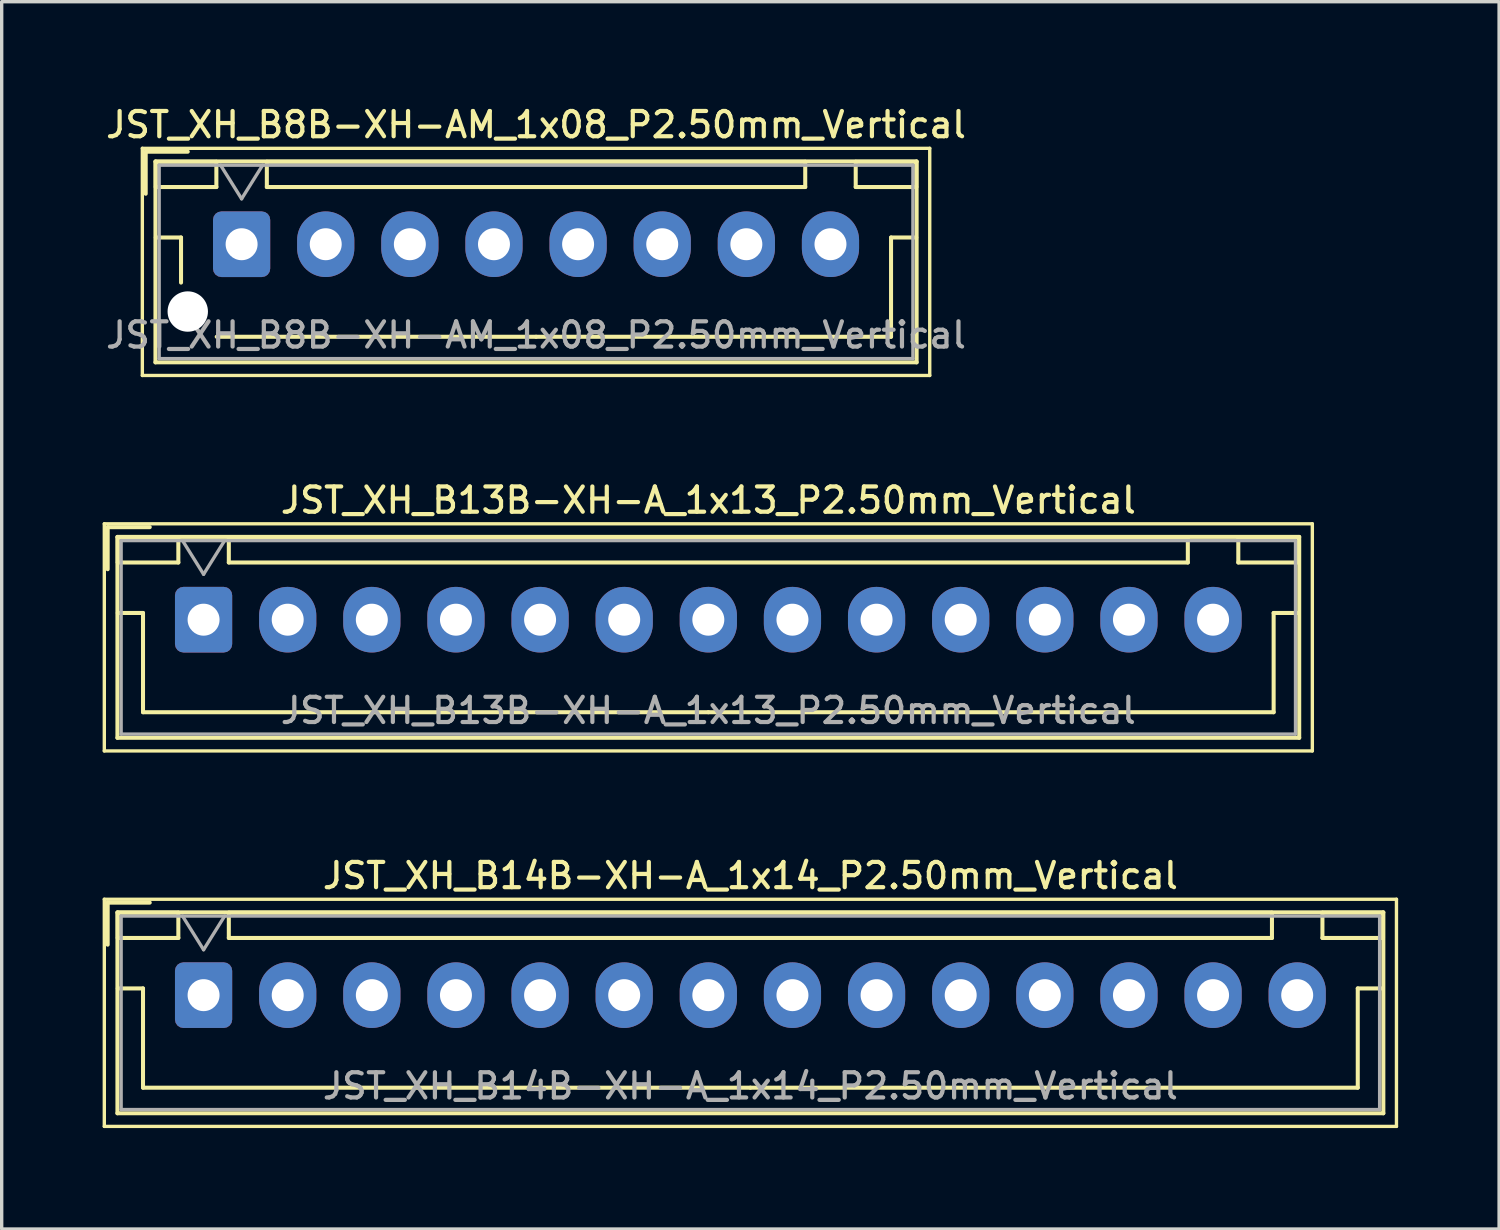
<source format=kicad_pcb>
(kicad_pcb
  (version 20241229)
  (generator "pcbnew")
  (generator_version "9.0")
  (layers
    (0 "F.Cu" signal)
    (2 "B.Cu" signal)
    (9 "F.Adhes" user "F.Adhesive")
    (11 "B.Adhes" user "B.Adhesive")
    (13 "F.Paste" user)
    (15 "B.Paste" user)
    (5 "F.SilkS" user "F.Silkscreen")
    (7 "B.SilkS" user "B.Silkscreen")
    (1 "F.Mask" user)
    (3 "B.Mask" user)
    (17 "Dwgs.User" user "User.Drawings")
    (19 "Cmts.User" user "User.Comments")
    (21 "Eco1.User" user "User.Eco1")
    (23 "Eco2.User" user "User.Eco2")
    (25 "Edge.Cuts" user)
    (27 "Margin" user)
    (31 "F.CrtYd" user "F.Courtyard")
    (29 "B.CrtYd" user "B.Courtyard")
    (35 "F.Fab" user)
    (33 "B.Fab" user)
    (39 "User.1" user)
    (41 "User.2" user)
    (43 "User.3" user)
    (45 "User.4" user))
  (footprint "JST_XH_B13B-XH-A_1x13_P2.50mm_Vertical"
    (layer "F.Cu")
    (at 3 15.366)
    (property "Reference" "JST_XH_B13B-XH-A_1x13_P2.50mm_Vertical" (at 15 -3.55 0) (layer "F.SilkS") (effects (font (size 0.75 0.75) (thickness 0.125))))
    (attr through_hole)
    (fp_line (start -2.95 -2.85) (end -2.95 3.9) (stroke (width 0.1) (type solid)) (layer "F.SilkS"))
    (fp_line (start -2.95 3.9) (end 32.95 3.9) (stroke (width 0.1) (type solid)) (layer "F.SilkS"))
    (fp_line (start -2.85 -2.75) (end -2.85 -1.5) (stroke (width 0.12) (type solid)) (layer "F.SilkS"))
    (fp_line (start -2.56 -2.46) (end -2.56 3.51) (stroke (width 0.12) (type solid)) (layer "F.SilkS"))
    (fp_line (start -2.56 3.51) (end 32.56 3.51) (stroke (width 0.12) (type solid)) (layer "F.SilkS"))
    (fp_line (start -2.55 -2.45) (end -2.55 -1.7) (stroke (width 0.12) (type solid)) (layer "F.SilkS"))
    (fp_line (start -2.55 -1.7) (end -0.75 -1.7) (stroke (width 0.12) (type solid)) (layer "F.SilkS"))
    (fp_line (start -2.55 -0.2) (end -1.8 -0.2) (stroke (width 0.12) (type solid)) (layer "F.SilkS"))
    (fp_line (start -1.8 -0.2) (end -1.8 2.75) (stroke (width 0.12) (type solid)) (layer "F.SilkS"))
    (fp_line (start -1.8 2.75) (end 15 2.75) (stroke (width 0.12) (type solid)) (layer "F.SilkS"))
    (fp_line (start -1.6 -2.75) (end -2.85 -2.75) (stroke (width 0.12) (type solid)) (layer "F.SilkS"))
    (fp_line (start -0.75 -2.45) (end -2.55 -2.45) (stroke (width 0.12) (type solid)) (layer "F.SilkS"))
    (fp_line (start -0.75 -1.7) (end -0.75 -2.45) (stroke (width 0.12) (type solid)) (layer "F.SilkS"))
    (fp_line (start 0.75 -2.45) (end 0.75 -1.7) (stroke (width 0.12) (type solid)) (layer "F.SilkS"))
    (fp_line (start 0.75 -1.7) (end 29.25 -1.7) (stroke (width 0.12) (type solid)) (layer "F.SilkS"))
    (fp_line (start 29.25 -2.45) (end 0.75 -2.45) (stroke (width 0.12) (type solid)) (layer "F.SilkS"))
    (fp_line (start 29.25 -1.7) (end 29.25 -2.45) (stroke (width 0.12) (type solid)) (layer "F.SilkS"))
    (fp_line (start 30.75 -2.45) (end 30.75 -1.7) (stroke (width 0.12) (type solid)) (layer "F.SilkS"))
    (fp_line (start 30.75 -1.7) (end 32.55 -1.7) (stroke (width 0.12) (type solid)) (layer "F.SilkS"))
    (fp_line (start 31.8 -0.2) (end 31.8 2.75) (stroke (width 0.12) (type solid)) (layer "F.SilkS"))
    (fp_line (start 31.8 2.75) (end 15 2.75) (stroke (width 0.12) (type solid)) (layer "F.SilkS"))
    (fp_line (start 32.55 -2.45) (end 30.75 -2.45) (stroke (width 0.12) (type solid)) (layer "F.SilkS"))
    (fp_line (start 32.55 -1.7) (end 32.55 -2.45) (stroke (width 0.12) (type solid)) (layer "F.SilkS"))
    (fp_line (start 32.55 -0.2) (end 31.8 -0.2) (stroke (width 0.12) (type solid)) (layer "F.SilkS"))
    (fp_line (start 32.56 -2.46) (end -2.56 -2.46) (stroke (width 0.12) (type solid)) (layer "F.SilkS"))
    (fp_line (start 32.56 3.51) (end 32.56 -2.46) (stroke (width 0.12) (type solid)) (layer "F.SilkS"))
    (fp_line (start 32.95 -2.85) (end -2.95 -2.85) (stroke (width 0.1) (type solid)) (layer "F.SilkS"))
    (fp_line (start 32.95 3.9) (end 32.95 -2.85) (stroke (width 0.1) (type solid)) (layer "F.SilkS"))
    (fp_line (start -2.45 -2.35) (end -2.45 3.4) (stroke (width 0.1) (type solid)) (layer "F.Fab"))
    (fp_line (start -2.45 3.4) (end 32.45 3.4) (stroke (width 0.1) (type solid)) (layer "F.Fab"))
    (fp_line (start -0.625 -2.35) (end 0 -1.35) (stroke (width 0.1) (type solid)) (layer "F.Fab"))
    (fp_line (start 0 -1.35) (end 0.625 -2.35) (stroke (width 0.1) (type solid)) (layer "F.Fab"))
    (fp_line (start 32.45 -2.35) (end -2.45 -2.35) (stroke (width 0.1) (type solid)) (layer "F.Fab"))
    (fp_line (start 32.45 3.4) (end 32.45 -2.35) (stroke (width 0.1) (type solid)) (layer "F.Fab"))
    (fp_text user "${REFERENCE}" (at 15 2.7 0) (layer "F.Fab") (effects (font (size 0.75 0.75) (thickness 0.125))))
    (pad "1" thru_hole roundrect (at 0 0) (size 1.7 1.95) (drill 0.95) (layers "*.Cu" "*.Mask") (roundrect_rratio 0.147))
    (pad "2" thru_hole oval (at 2.5 0) (size 1.7 1.95) (drill 0.95) (layers "*.Cu" "*.Mask"))
    (pad "3" thru_hole oval (at 5 0) (size 1.7 1.95) (drill 0.95) (layers "*.Cu" "*.Mask"))
    (pad "4" thru_hole oval (at 7.5 0) (size 1.7 1.95) (drill 0.95) (layers "*.Cu" "*.Mask"))
    (pad "5" thru_hole oval (at 10 0) (size 1.7 1.95) (drill 0.95) (layers "*.Cu" "*.Mask"))
    (pad "6" thru_hole oval (at 12.5 0) (size 1.7 1.95) (drill 0.95) (layers "*.Cu" "*.Mask"))
    (pad "7" thru_hole oval (at 15 0) (size 1.7 1.95) (drill 0.95) (layers "*.Cu" "*.Mask"))
    (pad "8" thru_hole oval (at 17.5 0) (size 1.7 1.95) (drill 0.95) (layers "*.Cu" "*.Mask"))
    (pad "9" thru_hole oval (at 20 0) (size 1.7 1.95) (drill 0.95) (layers "*.Cu" "*.Mask"))
    (pad "10" thru_hole oval (at 22.5 0) (size 1.7 1.95) (drill 0.95) (layers "*.Cu" "*.Mask"))
    (pad "11" thru_hole oval (at 25 0) (size 1.7 1.95) (drill 0.95) (layers "*.Cu" "*.Mask"))
    (pad "12" thru_hole oval (at 27.5 0) (size 1.7 1.95) (drill 0.95) (layers "*.Cu" "*.Mask"))
    (pad "13" thru_hole oval (at 30 0) (size 1.7 1.95) (drill 0.95) (layers "*.Cu" "*.Mask")))
  (footprint "JST_XH_B8B-XH-AM_1x08_P2.50mm_Vertical"
    (layer "F.Cu")
    (at 4.13 4.208)
    (property "Reference" "JST_XH_B8B-XH-AM_1x08_P2.50mm_Vertical" (at 8.75 -3.55 0) (layer "F.SilkS") (effects (font (size 0.75 0.75) (thickness 0.125))))
    (attr through_hole)
    (fp_line (start -2.95 -2.85) (end -2.95 3.9) (stroke (width 0.1) (type solid)) (layer "F.SilkS"))
    (fp_line (start -2.95 3.9) (end 20.45 3.9) (stroke (width 0.1) (type solid)) (layer "F.SilkS"))
    (fp_line (start -2.85 -2.75) (end -2.85 -1.5) (stroke (width 0.12) (type solid)) (layer "F.SilkS"))
    (fp_line (start -2.56 -2.46) (end -2.56 3.51) (stroke (width 0.12) (type solid)) (layer "F.SilkS"))
    (fp_line (start -2.56 3.51) (end 20.06 3.51) (stroke (width 0.12) (type solid)) (layer "F.SilkS"))
    (fp_line (start -2.55 -2.45) (end -2.55 -1.7) (stroke (width 0.12) (type solid)) (layer "F.SilkS"))
    (fp_line (start -2.55 -1.7) (end -0.75 -1.7) (stroke (width 0.12) (type solid)) (layer "F.SilkS"))
    (fp_line (start -2.55 -0.2) (end -1.8 -0.2) (stroke (width 0.12) (type solid)) (layer "F.SilkS"))
    (fp_line (start -1.8 -0.2) (end -1.8 1.14) (stroke (width 0.12) (type solid)) (layer "F.SilkS"))
    (fp_line (start -1.6 -2.75) (end -2.85 -2.75) (stroke (width 0.12) (type solid)) (layer "F.SilkS"))
    (fp_line (start -0.75 -2.45) (end -2.55 -2.45) (stroke (width 0.12) (type solid)) (layer "F.SilkS"))
    (fp_line (start -0.75 -1.7) (end -0.75 -2.45) (stroke (width 0.12) (type solid)) (layer "F.SilkS"))
    (fp_line (start 0.75 -2.45) (end 0.75 -1.7) (stroke (width 0.12) (type solid)) (layer "F.SilkS"))
    (fp_line (start 0.75 -1.7) (end 16.75 -1.7) (stroke (width 0.12) (type solid)) (layer "F.SilkS"))
    (fp_line (start 8.75 2.75) (end -0.74 2.75) (stroke (width 0.12) (type solid)) (layer "F.SilkS"))
    (fp_line (start 16.75 -2.45) (end 0.75 -2.45) (stroke (width 0.12) (type solid)) (layer "F.SilkS"))
    (fp_line (start 16.75 -1.7) (end 16.75 -2.45) (stroke (width 0.12) (type solid)) (layer "F.SilkS"))
    (fp_line (start 18.25 -2.45) (end 18.25 -1.7) (stroke (width 0.12) (type solid)) (layer "F.SilkS"))
    (fp_line (start 18.25 -1.7) (end 20.05 -1.7) (stroke (width 0.12) (type solid)) (layer "F.SilkS"))
    (fp_line (start 19.3 -0.2) (end 19.3 2.75) (stroke (width 0.12) (type solid)) (layer "F.SilkS"))
    (fp_line (start 19.3 2.75) (end 8.75 2.75) (stroke (width 0.12) (type solid)) (layer "F.SilkS"))
    (fp_line (start 20.05 -2.45) (end 18.25 -2.45) (stroke (width 0.12) (type solid)) (layer "F.SilkS"))
    (fp_line (start 20.05 -1.7) (end 20.05 -2.45) (stroke (width 0.12) (type solid)) (layer "F.SilkS"))
    (fp_line (start 20.05 -0.2) (end 19.3 -0.2) (stroke (width 0.12) (type solid)) (layer "F.SilkS"))
    (fp_line (start 20.06 -2.46) (end -2.56 -2.46) (stroke (width 0.12) (type solid)) (layer "F.SilkS"))
    (fp_line (start 20.06 3.51) (end 20.06 -2.46) (stroke (width 0.12) (type solid)) (layer "F.SilkS"))
    (fp_line (start 20.45 -2.85) (end -2.95 -2.85) (stroke (width 0.1) (type solid)) (layer "F.SilkS"))
    (fp_line (start 20.45 3.9) (end 20.45 -2.85) (stroke (width 0.1) (type solid)) (layer "F.SilkS"))
    (fp_line (start -2.45 -2.35) (end -2.45 3.4) (stroke (width 0.1) (type solid)) (layer "F.Fab"))
    (fp_line (start -2.45 3.4) (end 19.95 3.4) (stroke (width 0.1) (type solid)) (layer "F.Fab"))
    (fp_line (start -0.625 -2.35) (end 0 -1.35) (stroke (width 0.1) (type solid)) (layer "F.Fab"))
    (fp_line (start 0 -1.35) (end 0.625 -2.35) (stroke (width 0.1) (type solid)) (layer "F.Fab"))
    (fp_line (start 19.95 -2.35) (end -2.45 -2.35) (stroke (width 0.1) (type solid)) (layer "F.Fab"))
    (fp_line (start 19.95 3.4) (end 19.95 -2.35) (stroke (width 0.1) (type solid)) (layer "F.Fab"))
    (fp_text user "${REFERENCE}" (at 8.75 2.7 0) (layer "F.Fab") (effects (font (size 0.75 0.75) (thickness 0.125))))
    (pad "" np_thru_hole circle (at -1.6 2) (size 1.2 1.2) (drill 1.2) (layers "*.Cu" "*.Mask"))
    (pad "1" thru_hole roundrect (at 0 0) (size 1.7 1.95) (drill 0.95) (layers "*.Cu" "*.Mask") (roundrect_rratio 0.147))
    (pad "2" thru_hole oval (at 2.5 0) (size 1.7 1.95) (drill 0.95) (layers "*.Cu" "*.Mask"))
    (pad "3" thru_hole oval (at 5 0) (size 1.7 1.95) (drill 0.95) (layers "*.Cu" "*.Mask"))
    (pad "4" thru_hole oval (at 7.5 0) (size 1.7 1.95) (drill 0.95) (layers "*.Cu" "*.Mask"))
    (pad "5" thru_hole oval (at 10 0) (size 1.7 1.95) (drill 0.95) (layers "*.Cu" "*.Mask"))
    (pad "6" thru_hole oval (at 12.5 0) (size 1.7 1.95) (drill 0.95) (layers "*.Cu" "*.Mask"))
    (pad "7" thru_hole oval (at 15 0) (size 1.7 1.95) (drill 0.95) (layers "*.Cu" "*.Mask"))
    (pad "8" thru_hole oval (at 17.5 0) (size 1.7 1.95) (drill 0.95) (layers "*.Cu" "*.Mask")))
  (footprint "JST_XH_B14B-XH-A_1x14_P2.50mm_Vertical"
    (layer "F.Cu")
    (at 3 26.524)
    (property "Reference" "JST_XH_B14B-XH-A_1x14_P2.50mm_Vertical" (at 16.25 -3.55 0) (layer "F.SilkS") (effects (font (size 0.75 0.75) (thickness 0.125))))
    (attr through_hole)
    (fp_line (start -2.95 -2.85) (end -2.95 3.9) (stroke (width 0.1) (type solid)) (layer "F.SilkS"))
    (fp_line (start -2.95 3.9) (end 35.45 3.9) (stroke (width 0.1) (type solid)) (layer "F.SilkS"))
    (fp_line (start -2.85 -2.75) (end -2.85 -1.5) (stroke (width 0.12) (type solid)) (layer "F.SilkS"))
    (fp_line (start -2.56 -2.46) (end -2.56 3.51) (stroke (width 0.12) (type solid)) (layer "F.SilkS"))
    (fp_line (start -2.56 3.51) (end 35.06 3.51) (stroke (width 0.12) (type solid)) (layer "F.SilkS"))
    (fp_line (start -2.55 -2.45) (end -2.55 -1.7) (stroke (width 0.12) (type solid)) (layer "F.SilkS"))
    (fp_line (start -2.55 -1.7) (end -0.75 -1.7) (stroke (width 0.12) (type solid)) (layer "F.SilkS"))
    (fp_line (start -2.55 -0.2) (end -1.8 -0.2) (stroke (width 0.12) (type solid)) (layer "F.SilkS"))
    (fp_line (start -1.8 -0.2) (end -1.8 2.75) (stroke (width 0.12) (type solid)) (layer "F.SilkS"))
    (fp_line (start -1.8 2.75) (end 16.25 2.75) (stroke (width 0.12) (type solid)) (layer "F.SilkS"))
    (fp_line (start -1.6 -2.75) (end -2.85 -2.75) (stroke (width 0.12) (type solid)) (layer "F.SilkS"))
    (fp_line (start -0.75 -2.45) (end -2.55 -2.45) (stroke (width 0.12) (type solid)) (layer "F.SilkS"))
    (fp_line (start -0.75 -1.7) (end -0.75 -2.45) (stroke (width 0.12) (type solid)) (layer "F.SilkS"))
    (fp_line (start 0.75 -2.45) (end 0.75 -1.7) (stroke (width 0.12) (type solid)) (layer "F.SilkS"))
    (fp_line (start 0.75 -1.7) (end 31.75 -1.7) (stroke (width 0.12) (type solid)) (layer "F.SilkS"))
    (fp_line (start 31.75 -2.45) (end 0.75 -2.45) (stroke (width 0.12) (type solid)) (layer "F.SilkS"))
    (fp_line (start 31.75 -1.7) (end 31.75 -2.45) (stroke (width 0.12) (type solid)) (layer "F.SilkS"))
    (fp_line (start 33.25 -2.45) (end 33.25 -1.7) (stroke (width 0.12) (type solid)) (layer "F.SilkS"))
    (fp_line (start 33.25 -1.7) (end 35.05 -1.7) (stroke (width 0.12) (type solid)) (layer "F.SilkS"))
    (fp_line (start 34.3 -0.2) (end 34.3 2.75) (stroke (width 0.12) (type solid)) (layer "F.SilkS"))
    (fp_line (start 34.3 2.75) (end 16.25 2.75) (stroke (width 0.12) (type solid)) (layer "F.SilkS"))
    (fp_line (start 35.05 -2.45) (end 33.25 -2.45) (stroke (width 0.12) (type solid)) (layer "F.SilkS"))
    (fp_line (start 35.05 -1.7) (end 35.05 -2.45) (stroke (width 0.12) (type solid)) (layer "F.SilkS"))
    (fp_line (start 35.05 -0.2) (end 34.3 -0.2) (stroke (width 0.12) (type solid)) (layer "F.SilkS"))
    (fp_line (start 35.06 -2.46) (end -2.56 -2.46) (stroke (width 0.12) (type solid)) (layer "F.SilkS"))
    (fp_line (start 35.06 3.51) (end 35.06 -2.46) (stroke (width 0.12) (type solid)) (layer "F.SilkS"))
    (fp_line (start 35.45 -2.85) (end -2.95 -2.85) (stroke (width 0.1) (type solid)) (layer "F.SilkS"))
    (fp_line (start 35.45 3.9) (end 35.45 -2.85) (stroke (width 0.1) (type solid)) (layer "F.SilkS"))
    (fp_line (start -2.45 -2.35) (end -2.45 3.4) (stroke (width 0.1) (type solid)) (layer "F.Fab"))
    (fp_line (start -2.45 3.4) (end 34.95 3.4) (stroke (width 0.1) (type solid)) (layer "F.Fab"))
    (fp_line (start -0.625 -2.35) (end 0 -1.35) (stroke (width 0.1) (type solid)) (layer "F.Fab"))
    (fp_line (start 0 -1.35) (end 0.625 -2.35) (stroke (width 0.1) (type solid)) (layer "F.Fab"))
    (fp_line (start 34.95 -2.35) (end -2.45 -2.35) (stroke (width 0.1) (type solid)) (layer "F.Fab"))
    (fp_line (start 34.95 3.4) (end 34.95 -2.35) (stroke (width 0.1) (type solid)) (layer "F.Fab"))
    (fp_text user "${REFERENCE}" (at 16.25 2.7 0) (layer "F.Fab") (effects (font (size 0.75 0.75) (thickness 0.125))))
    (pad "1" thru_hole roundrect (at 0 0) (size 1.7 1.95) (drill 0.95) (layers "*.Cu" "*.Mask") (roundrect_rratio 0.147))
    (pad "2" thru_hole oval (at 2.5 0) (size 1.7 1.95) (drill 0.95) (layers "*.Cu" "*.Mask"))
    (pad "3" thru_hole oval (at 5 0) (size 1.7 1.95) (drill 0.95) (layers "*.Cu" "*.Mask"))
    (pad "4" thru_hole oval (at 7.5 0) (size 1.7 1.95) (drill 0.95) (layers "*.Cu" "*.Mask"))
    (pad "5" thru_hole oval (at 10 0) (size 1.7 1.95) (drill 0.95) (layers "*.Cu" "*.Mask"))
    (pad "6" thru_hole oval (at 12.5 0) (size 1.7 1.95) (drill 0.95) (layers "*.Cu" "*.Mask"))
    (pad "7" thru_hole oval (at 15 0) (size 1.7 1.95) (drill 0.95) (layers "*.Cu" "*.Mask"))
    (pad "8" thru_hole oval (at 17.5 0) (size 1.7 1.95) (drill 0.95) (layers "*.Cu" "*.Mask"))
    (pad "9" thru_hole oval (at 20 0) (size 1.7 1.95) (drill 0.95) (layers "*.Cu" "*.Mask"))
    (pad "10" thru_hole oval (at 22.5 0) (size 1.7 1.95) (drill 0.95) (layers "*.Cu" "*.Mask"))
    (pad "11" thru_hole oval (at 25 0) (size 1.7 1.95) (drill 0.95) (layers "*.Cu" "*.Mask"))
    (pad "12" thru_hole oval (at 27.5 0) (size 1.7 1.95) (drill 0.95) (layers "*.Cu" "*.Mask"))
    (pad "13" thru_hole oval (at 30 0) (size 1.7 1.95) (drill 0.95) (layers "*.Cu" "*.Mask"))
    (pad "14" thru_hole oval (at 32.5 0) (size 1.7 1.95) (drill 0.95) (layers "*.Cu" "*.Mask")))
  (gr_rect
    (start -3 -3)
    (end 41.5 33.474)
    (stroke (width 0.1) (type default))
    (fill no)
    (layer "Edge.Cuts")))
</source>
